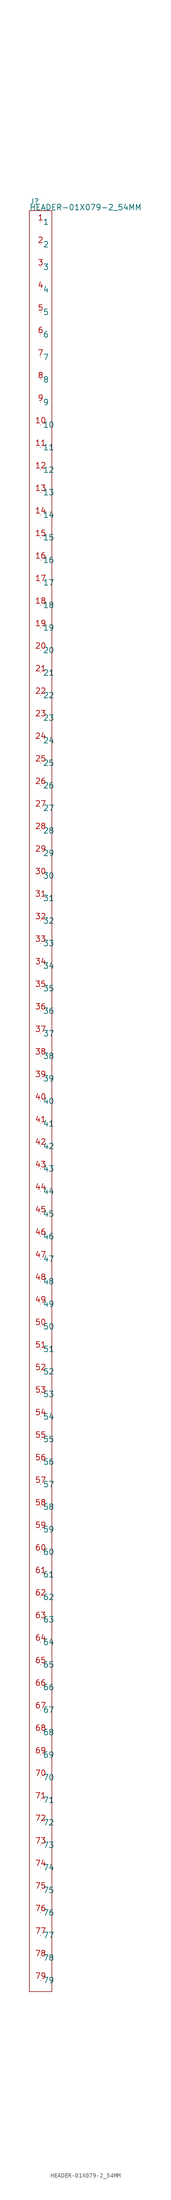
<source format=kicad_sym>
(kicad_symbol_lib
  (version 20211014)
  (generator kicad_symbol_editor)
  (symbol "HEADER-01X079-2_54MM"
    (pin_names)
    (property "Reference" "J"
      (at -2.54 201.93 0)
      (effects (font (size 1.27 1.27)) (justify left bottom)))
    (property "Value" "HEADER-01X079-2_54MM"
      (at -2.54 200.66 0)
      (effects (font (size 1.27 1.27)) (justify left bottom)))
    (property "Datasheet" ""
      (at 0 0 0))
    (property "ki_description" "Header 1x79  - Header Vertical 79POS 2.54MM Technical Specifications: Pitch: 0.1\" (2.54mm) "
      (at 0 0 0))
    (property "ki_fp_filters" "FlashPCB_Connectors:HEADER-THT-01X079-2_54MM FlashPCB_Connectors:HEADER-THT-LONG-01X079-2_54MM FlashPCB_Connectors:HEADER-THT-NOSILK-01X079-2_54MM FlashPCB_Connectors:HEADER-THT-LONG-NOSILK-01X079-2_54MM"
      (at 0 0 0))
    (symbol "HEADER-01X079-2_54MM_1_1"
      (polyline (pts (xy -2.54 200.66) (xy 2.54 200.66)) (stroke (width 0.127)) (fill (type none)))
      (polyline (pts (xy 2.54 200.66) (xy 2.54 -200.66)) (stroke (width 0.127)) (fill (type none)))
      (polyline (pts (xy 2.54 -200.66) (xy -2.54 -200.66)) (stroke (width 0.127)) (fill (type none)))
      (polyline (pts (xy -2.54 -200.66) (xy -2.54 200.66)) (stroke (width 0.127)) (fill (type none)))
      (pin bidirectional line (at 0 198.12 0) (length 0) (name "1" (effects (font (size 1.27 1.27)))) (number "1" (effects (font (size 1.27 1.27)))))
      (pin bidirectional line (at 0 193.04 0) (length 0) (name "2" (effects (font (size 1.27 1.27)))) (number "2" (effects (font (size 1.27 1.27)))))
      (pin bidirectional line (at 0 187.96 0) (length 0) (name "3" (effects (font (size 1.27 1.27)))) (number "3" (effects (font (size 1.27 1.27)))))
      (pin bidirectional line (at 0 182.88 0) (length 0) (name "4" (effects (font (size 1.27 1.27)))) (number "4" (effects (font (size 1.27 1.27)))))
      (pin bidirectional line (at 0 177.8 0) (length 0) (name "5" (effects (font (size 1.27 1.27)))) (number "5" (effects (font (size 1.27 1.27)))))
      (pin bidirectional line (at 0 172.72 0) (length 0) (name "6" (effects (font (size 1.27 1.27)))) (number "6" (effects (font (size 1.27 1.27)))))
      (pin bidirectional line (at 0 167.64 0) (length 0) (name "7" (effects (font (size 1.27 1.27)))) (number "7" (effects (font (size 1.27 1.27)))))
      (pin bidirectional line (at 0 162.56 0) (length 0) (name "8" (effects (font (size 1.27 1.27)))) (number "8" (effects (font (size 1.27 1.27)))))
      (pin bidirectional line (at 0 157.48 0) (length 0) (name "9" (effects (font (size 1.27 1.27)))) (number "9" (effects (font (size 1.27 1.27)))))
      (pin bidirectional line (at 0 152.4 0) (length 0) (name "10" (effects (font (size 1.27 1.27)))) (number "10" (effects (font (size 1.27 1.27)))))
      (pin bidirectional line (at 0 147.32 0) (length 0) (name "11" (effects (font (size 1.27 1.27)))) (number "11" (effects (font (size 1.27 1.27)))))
      (pin bidirectional line (at 0 142.24 0) (length 0) (name "12" (effects (font (size 1.27 1.27)))) (number "12" (effects (font (size 1.27 1.27)))))
      (pin bidirectional line (at 0 137.16 0) (length 0) (name "13" (effects (font (size 1.27 1.27)))) (number "13" (effects (font (size 1.27 1.27)))))
      (pin bidirectional line (at 0 132.08 0) (length 0) (name "14" (effects (font (size 1.27 1.27)))) (number "14" (effects (font (size 1.27 1.27)))))
      (pin bidirectional line (at 0 127 0) (length 0) (name "15" (effects (font (size 1.27 1.27)))) (number "15" (effects (font (size 1.27 1.27)))))
      (pin bidirectional line (at 0 121.92 0) (length 0) (name "16" (effects (font (size 1.27 1.27)))) (number "16" (effects (font (size 1.27 1.27)))))
      (pin bidirectional line (at 0 116.84 0) (length 0) (name "17" (effects (font (size 1.27 1.27)))) (number "17" (effects (font (size 1.27 1.27)))))
      (pin bidirectional line (at 0 111.76 0) (length 0) (name "18" (effects (font (size 1.27 1.27)))) (number "18" (effects (font (size 1.27 1.27)))))
      (pin bidirectional line (at 0 106.68 0) (length 0) (name "19" (effects (font (size 1.27 1.27)))) (number "19" (effects (font (size 1.27 1.27)))))
      (pin bidirectional line (at 0 101.6 0) (length 0) (name "20" (effects (font (size 1.27 1.27)))) (number "20" (effects (font (size 1.27 1.27)))))
      (pin bidirectional line (at 0 96.52 0) (length 0) (name "21" (effects (font (size 1.27 1.27)))) (number "21" (effects (font (size 1.27 1.27)))))
      (pin bidirectional line (at 0 91.44 0) (length 0) (name "22" (effects (font (size 1.27 1.27)))) (number "22" (effects (font (size 1.27 1.27)))))
      (pin bidirectional line (at 0 86.36 0) (length 0) (name "23" (effects (font (size 1.27 1.27)))) (number "23" (effects (font (size 1.27 1.27)))))
      (pin bidirectional line (at 0 81.28 0) (length 0) (name "24" (effects (font (size 1.27 1.27)))) (number "24" (effects (font (size 1.27 1.27)))))
      (pin bidirectional line (at 0 76.2 0) (length 0) (name "25" (effects (font (size 1.27 1.27)))) (number "25" (effects (font (size 1.27 1.27)))))
      (pin bidirectional line (at 0 71.12 0) (length 0) (name "26" (effects (font (size 1.27 1.27)))) (number "26" (effects (font (size 1.27 1.27)))))
      (pin bidirectional line (at 0 66.04 0) (length 0) (name "27" (effects (font (size 1.27 1.27)))) (number "27" (effects (font (size 1.27 1.27)))))
      (pin bidirectional line (at 0 60.96 0) (length 0) (name "28" (effects (font (size 1.27 1.27)))) (number "28" (effects (font (size 1.27 1.27)))))
      (pin bidirectional line (at 0 55.88 0) (length 0) (name "29" (effects (font (size 1.27 1.27)))) (number "29" (effects (font (size 1.27 1.27)))))
      (pin bidirectional line (at 0 50.8 0) (length 0) (name "30" (effects (font (size 1.27 1.27)))) (number "30" (effects (font (size 1.27 1.27)))))
      (pin bidirectional line (at 0 45.72 0) (length 0) (name "31" (effects (font (size 1.27 1.27)))) (number "31" (effects (font (size 1.27 1.27)))))
      (pin bidirectional line (at 0 40.64 0) (length 0) (name "32" (effects (font (size 1.27 1.27)))) (number "32" (effects (font (size 1.27 1.27)))))
      (pin bidirectional line (at 0 35.56 0) (length 0) (name "33" (effects (font (size 1.27 1.27)))) (number "33" (effects (font (size 1.27 1.27)))))
      (pin bidirectional line (at 0 30.48 0) (length 0) (name "34" (effects (font (size 1.27 1.27)))) (number "34" (effects (font (size 1.27 1.27)))))
      (pin bidirectional line (at 0 25.4 0) (length 0) (name "35" (effects (font (size 1.27 1.27)))) (number "35" (effects (font (size 1.27 1.27)))))
      (pin bidirectional line (at 0 20.32 0) (length 0) (name "36" (effects (font (size 1.27 1.27)))) (number "36" (effects (font (size 1.27 1.27)))))
      (pin bidirectional line (at 0 15.24 0) (length 0) (name "37" (effects (font (size 1.27 1.27)))) (number "37" (effects (font (size 1.27 1.27)))))
      (pin bidirectional line (at 0 10.16 0) (length 0) (name "38" (effects (font (size 1.27 1.27)))) (number "38" (effects (font (size 1.27 1.27)))))
      (pin bidirectional line (at 0 5.08 0) (length 0) (name "39" (effects (font (size 1.27 1.27)))) (number "39" (effects (font (size 1.27 1.27)))))
      (pin bidirectional line (at 0 0 0) (length 0) (name "40" (effects (font (size 1.27 1.27)))) (number "40" (effects (font (size 1.27 1.27)))))
      (pin bidirectional line (at 0 -5.08 0) (length 0) (name "41" (effects (font (size 1.27 1.27)))) (number "41" (effects (font (size 1.27 1.27)))))
      (pin bidirectional line (at 0 -10.16 0) (length 0) (name "42" (effects (font (size 1.27 1.27)))) (number "42" (effects (font (size 1.27 1.27)))))
      (pin bidirectional line (at 0 -15.24 0) (length 0) (name "43" (effects (font (size 1.27 1.27)))) (number "43" (effects (font (size 1.27 1.27)))))
      (pin bidirectional line (at 0 -20.32 0) (length 0) (name "44" (effects (font (size 1.27 1.27)))) (number "44" (effects (font (size 1.27 1.27)))))
      (pin bidirectional line (at 0 -25.4 0) (length 0) (name "45" (effects (font (size 1.27 1.27)))) (number "45" (effects (font (size 1.27 1.27)))))
      (pin bidirectional line (at 0 -30.48 0) (length 0) (name "46" (effects (font (size 1.27 1.27)))) (number "46" (effects (font (size 1.27 1.27)))))
      (pin bidirectional line (at 0 -35.56 0) (length 0) (name "47" (effects (font (size 1.27 1.27)))) (number "47" (effects (font (size 1.27 1.27)))))
      (pin bidirectional line (at 0 -40.64 0) (length 0) (name "48" (effects (font (size 1.27 1.27)))) (number "48" (effects (font (size 1.27 1.27)))))
      (pin bidirectional line (at 0 -45.72 0) (length 0) (name "49" (effects (font (size 1.27 1.27)))) (number "49" (effects (font (size 1.27 1.27)))))
      (pin bidirectional line (at 0 -50.8 0) (length 0) (name "50" (effects (font (size 1.27 1.27)))) (number "50" (effects (font (size 1.27 1.27)))))
      (pin bidirectional line (at 0 -55.88 0) (length 0) (name "51" (effects (font (size 1.27 1.27)))) (number "51" (effects (font (size 1.27 1.27)))))
      (pin bidirectional line (at 0 -60.96 0) (length 0) (name "52" (effects (font (size 1.27 1.27)))) (number "52" (effects (font (size 1.27 1.27)))))
      (pin bidirectional line (at 0 -66.04 0) (length 0) (name "53" (effects (font (size 1.27 1.27)))) (number "53" (effects (font (size 1.27 1.27)))))
      (pin bidirectional line (at 0 -71.12 0) (length 0) (name "54" (effects (font (size 1.27 1.27)))) (number "54" (effects (font (size 1.27 1.27)))))
      (pin bidirectional line (at 0 -76.2 0) (length 0) (name "55" (effects (font (size 1.27 1.27)))) (number "55" (effects (font (size 1.27 1.27)))))
      (pin bidirectional line (at 0 -81.28 0) (length 0) (name "56" (effects (font (size 1.27 1.27)))) (number "56" (effects (font (size 1.27 1.27)))))
      (pin bidirectional line (at 0 -86.36 0) (length 0) (name "57" (effects (font (size 1.27 1.27)))) (number "57" (effects (font (size 1.27 1.27)))))
      (pin bidirectional line (at 0 -91.44 0) (length 0) (name "58" (effects (font (size 1.27 1.27)))) (number "58" (effects (font (size 1.27 1.27)))))
      (pin bidirectional line (at 0 -96.52 0) (length 0) (name "59" (effects (font (size 1.27 1.27)))) (number "59" (effects (font (size 1.27 1.27)))))
      (pin bidirectional line (at 0 -101.6 0) (length 0) (name "60" (effects (font (size 1.27 1.27)))) (number "60" (effects (font (size 1.27 1.27)))))
      (pin bidirectional line (at 0 -106.68 0) (length 0) (name "61" (effects (font (size 1.27 1.27)))) (number "61" (effects (font (size 1.27 1.27)))))
      (pin bidirectional line (at 0 -111.76 0) (length 0) (name "62" (effects (font (size 1.27 1.27)))) (number "62" (effects (font (size 1.27 1.27)))))
      (pin bidirectional line (at 0 -116.84 0) (length 0) (name "63" (effects (font (size 1.27 1.27)))) (number "63" (effects (font (size 1.27 1.27)))))
      (pin bidirectional line (at 0 -121.92 0) (length 0) (name "64" (effects (font (size 1.27 1.27)))) (number "64" (effects (font (size 1.27 1.27)))))
      (pin bidirectional line (at 0 -127 0) (length 0) (name "65" (effects (font (size 1.27 1.27)))) (number "65" (effects (font (size 1.27 1.27)))))
      (pin bidirectional line (at 0 -132.08 0) (length 0) (name "66" (effects (font (size 1.27 1.27)))) (number "66" (effects (font (size 1.27 1.27)))))
      (pin bidirectional line (at 0 -137.16 0) (length 0) (name "67" (effects (font (size 1.27 1.27)))) (number "67" (effects (font (size 1.27 1.27)))))
      (pin bidirectional line (at 0 -142.24 0) (length 0) (name "68" (effects (font (size 1.27 1.27)))) (number "68" (effects (font (size 1.27 1.27)))))
      (pin bidirectional line (at 0 -147.32 0) (length 0) (name "69" (effects (font (size 1.27 1.27)))) (number "69" (effects (font (size 1.27 1.27)))))
      (pin bidirectional line (at 0 -152.4 0) (length 0) (name "70" (effects (font (size 1.27 1.27)))) (number "70" (effects (font (size 1.27 1.27)))))
      (pin bidirectional line (at 0 -157.48 0) (length 0) (name "71" (effects (font (size 1.27 1.27)))) (number "71" (effects (font (size 1.27 1.27)))))
      (pin bidirectional line (at 0 -162.56 0) (length 0) (name "72" (effects (font (size 1.27 1.27)))) (number "72" (effects (font (size 1.27 1.27)))))
      (pin bidirectional line (at 0 -167.64 0) (length 0) (name "73" (effects (font (size 1.27 1.27)))) (number "73" (effects (font (size 1.27 1.27)))))
      (pin bidirectional line (at 0 -172.72 0) (length 0) (name "74" (effects (font (size 1.27 1.27)))) (number "74" (effects (font (size 1.27 1.27)))))
      (pin bidirectional line (at 0 -177.8 0) (length 0) (name "75" (effects (font (size 1.27 1.27)))) (number "75" (effects (font (size 1.27 1.27)))))
      (pin bidirectional line (at 0 -182.88 0) (length 0) (name "76" (effects (font (size 1.27 1.27)))) (number "76" (effects (font (size 1.27 1.27)))))
      (pin bidirectional line (at 0 -187.96 0) (length 0) (name "77" (effects (font (size 1.27 1.27)))) (number "77" (effects (font (size 1.27 1.27)))))
      (pin bidirectional line (at 0 -193.04 0) (length 0) (name "78" (effects (font (size 1.27 1.27)))) (number "78" (effects (font (size 1.27 1.27)))))
      (pin bidirectional line (at 0 -198.12 0) (length 0) (name "79" (effects (font (size 1.27 1.27)))) (number "79" (effects (font (size 1.27 1.27))))))))
</source>
